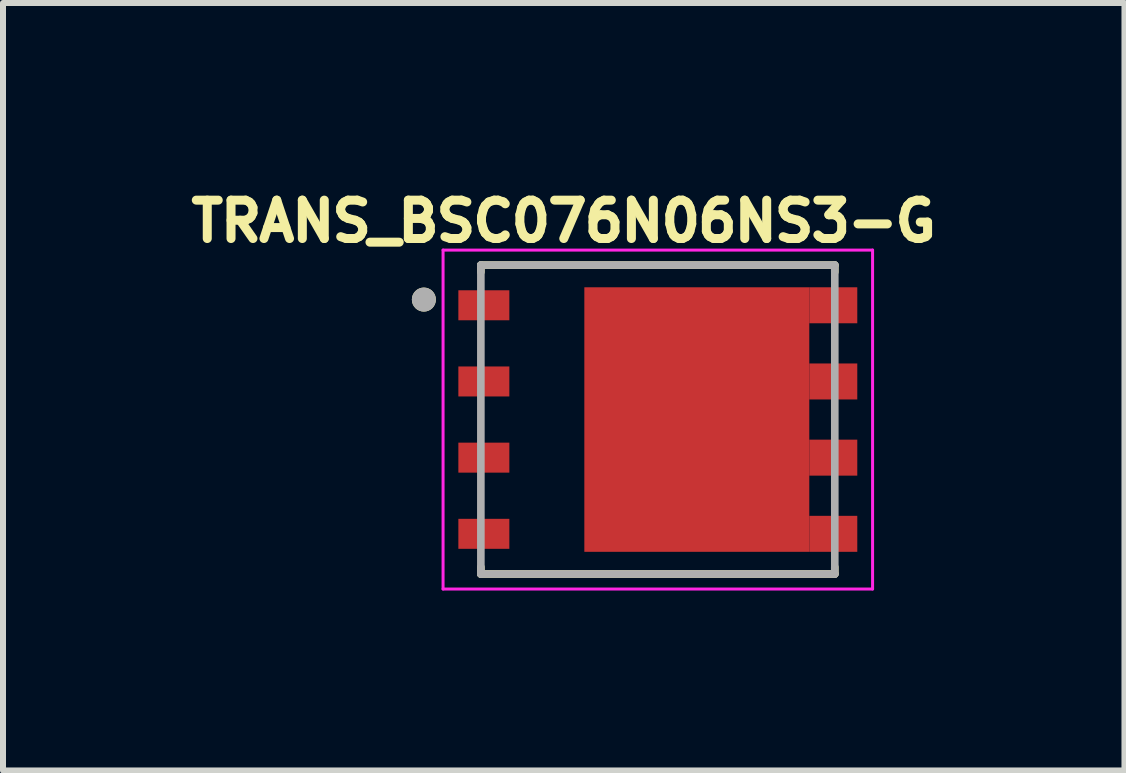
<source format=kicad_pcb>
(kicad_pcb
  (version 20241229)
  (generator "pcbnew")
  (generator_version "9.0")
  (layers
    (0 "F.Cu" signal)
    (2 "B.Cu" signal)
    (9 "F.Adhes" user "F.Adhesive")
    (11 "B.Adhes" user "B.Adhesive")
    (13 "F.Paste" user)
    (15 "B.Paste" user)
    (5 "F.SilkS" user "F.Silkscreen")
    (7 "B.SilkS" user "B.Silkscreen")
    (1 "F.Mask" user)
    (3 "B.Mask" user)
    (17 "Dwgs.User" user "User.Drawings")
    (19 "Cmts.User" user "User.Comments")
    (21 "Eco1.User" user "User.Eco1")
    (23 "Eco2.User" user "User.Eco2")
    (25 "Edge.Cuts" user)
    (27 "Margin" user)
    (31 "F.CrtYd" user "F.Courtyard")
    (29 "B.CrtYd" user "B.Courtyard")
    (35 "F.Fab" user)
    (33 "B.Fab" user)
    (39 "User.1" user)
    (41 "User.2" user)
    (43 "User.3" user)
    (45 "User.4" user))
  (footprint "TRANS_BSC076N06NS3-G"
    (layer "F.Cu")
    (at 7.916 3.944)
    (property "Reference" "TRANS_BSC076N06NS3-G" (at -1.568 -3.306 0) (layer "F.SilkS") (effects (font (size 0.64 0.64) (thickness 0.15))))
    (attr through_hole)
    (fp_line (start -2.95 -2.575) (end -2.95 -2.46) (stroke (width 0.127) (type solid)) (layer "F.SilkS"))
    (fp_line (start -2.95 2.46) (end -2.95 2.575) (stroke (width 0.127) (type solid)) (layer "F.SilkS"))
    (fp_line (start -2.95 2.575) (end 2.95 2.575) (stroke (width 0.127) (type solid)) (layer "F.SilkS"))
    (fp_line (start 2.95 -2.575) (end -2.95 -2.575) (stroke (width 0.127) (type solid)) (layer "F.SilkS"))
    (fp_line (start 2.95 -2.46) (end 2.95 -2.575) (stroke (width 0.127) (type solid)) (layer "F.SilkS"))
    (fp_line (start 2.95 2.575) (end 2.95 2.46) (stroke (width 0.127) (type solid)) (layer "F.SilkS"))
    (fp_circle (center -3.9 -2) (end -3.8 -2) (stroke (width 0.2) (type solid)) (fill no) (layer "F.SilkS"))
    (fp_poly (pts (xy -3.1 -2.28) (xy -2.7 -2.28) (xy -2.7 -1.53) (xy -3.1 -1.53)) (stroke (width 0.01) (type solid)) (fill yes) (layer "F.Paste"))
    (fp_poly (pts (xy -3.1 -1.01) (xy -2.7 -1.01) (xy -2.7 -0.26) (xy -3.1 -0.26)) (stroke (width 0.01) (type solid)) (fill yes) (layer "F.Paste"))
    (fp_poly (pts (xy -3.1 0.26) (xy -2.7 0.26) (xy -2.7 1.01) (xy -3.1 1.01)) (stroke (width 0.01) (type solid)) (fill yes) (layer "F.Paste"))
    (fp_poly (pts (xy -3.1 1.53) (xy -2.7 1.53) (xy -2.7 2.28) (xy -3.1 2.28)) (stroke (width 0.01) (type solid)) (fill yes) (layer "F.Paste"))
    (fp_poly (pts (xy -0.95 -1.6) (xy 0.55 -1.6) (xy 0.55 -0.1) (xy -0.95 -0.1)) (stroke (width 0.01) (type solid)) (fill yes) (layer "F.Paste"))
    (fp_poly (pts (xy -0.95 0.1) (xy 0.55 0.1) (xy 0.55 1.6) (xy -0.95 1.6)) (stroke (width 0.01) (type solid)) (fill yes) (layer "F.Paste"))
    (fp_poly (pts (xy 0.75 -1.6) (xy 2.25 -1.6) (xy 2.25 -0.1) (xy 0.75 -0.1)) (stroke (width 0.01) (type solid)) (fill yes) (layer "F.Paste"))
    (fp_poly (pts (xy 0.75 0.1) (xy 2.25 0.1) (xy 2.25 1.6) (xy 0.75 1.6)) (stroke (width 0.01) (type solid)) (fill yes) (layer "F.Paste"))
    (fp_poly (pts (xy 2.655 -2.28) (xy 3.155 -2.28) (xy 3.155 -1.53) (xy 2.655 -1.53)) (stroke (width 0.01) (type solid)) (fill yes) (layer "F.Paste"))
    (fp_poly (pts (xy 2.655 -1.01) (xy 3.155 -1.01) (xy 3.155 -0.26) (xy 2.655 -0.26)) (stroke (width 0.01) (type solid)) (fill yes) (layer "F.Paste"))
    (fp_poly (pts (xy 2.655 0.26) (xy 3.155 0.26) (xy 3.155 1.01) (xy 2.655 1.01)) (stroke (width 0.01) (type solid)) (fill yes) (layer "F.Paste"))
    (fp_poly (pts (xy 2.655 1.53) (xy 3.155 1.53) (xy 3.155 2.28) (xy 2.655 2.28)) (stroke (width 0.01) (type solid)) (fill yes) (layer "F.Paste"))
    (fp_line (start -3.58 -2.825) (end 3.58 -2.825) (stroke (width 0.05) (type solid)) (layer "F.CrtYd"))
    (fp_line (start -3.58 2.825) (end -3.58 -2.825) (stroke (width 0.05) (type solid)) (layer "F.CrtYd"))
    (fp_line (start 3.58 -2.825) (end 3.58 2.825) (stroke (width 0.05) (type solid)) (layer "F.CrtYd"))
    (fp_line (start 3.58 2.825) (end -3.58 2.825) (stroke (width 0.05) (type solid)) (layer "F.CrtYd"))
    (fp_line (start -2.95 -2.575) (end 2.95 -2.575) (stroke (width 0.127) (type solid)) (layer "F.Fab"))
    (fp_line (start -2.95 2.575) (end -2.95 -2.575) (stroke (width 0.127) (type solid)) (layer "F.Fab"))
    (fp_line (start 2.95 -2.575) (end 2.95 2.575) (stroke (width 0.127) (type solid)) (layer "F.Fab"))
    (fp_line (start 2.95 2.575) (end -2.95 2.575) (stroke (width 0.127) (type solid)) (layer "F.Fab"))
    (fp_circle (center -3.9 -2) (end -3.8 -2) (stroke (width 0.2) (type solid)) (fill no) (layer "F.Fab"))
    (pad "1" smd rect (at 0.65 0) (size 3.75 4.41) (layers "F.Cu" "F.Mask"))
    (pad "1" smd rect (at 2.925 -1.905) (size 0.8 0.6) (layers "F.Cu" "F.Mask"))
    (pad "1" smd rect (at 2.925 -0.635) (size 0.8 0.6) (layers "F.Cu" "F.Mask"))
    (pad "1" smd rect (at 2.925 0.635) (size 0.8 0.6) (layers "F.Cu" "F.Mask"))
    (pad "1" smd rect (at 2.925 1.905) (size 0.8 0.6) (layers "F.Cu" "F.Mask"))
    (pad "2" smd rect (at -2.9 1.905) (size 0.85 0.5) (layers "F.Cu" "F.Mask"))
    (pad "3" smd rect (at -2.9 -1.905) (size 0.85 0.5) (layers "F.Cu" "F.Mask"))
    (pad "3" smd rect (at -2.9 -0.635) (size 0.85 0.5) (layers "F.Cu" "F.Mask"))
    (pad "3" smd rect (at -2.9 0.635) (size 0.85 0.5) (layers "F.Cu" "F.Mask")))
  (gr_rect
    (start -3 -3)
    (end 15.695 9.794)
    (stroke (width 0.1) (type default))
    (fill no)
    (layer "Edge.Cuts")))
</source>
